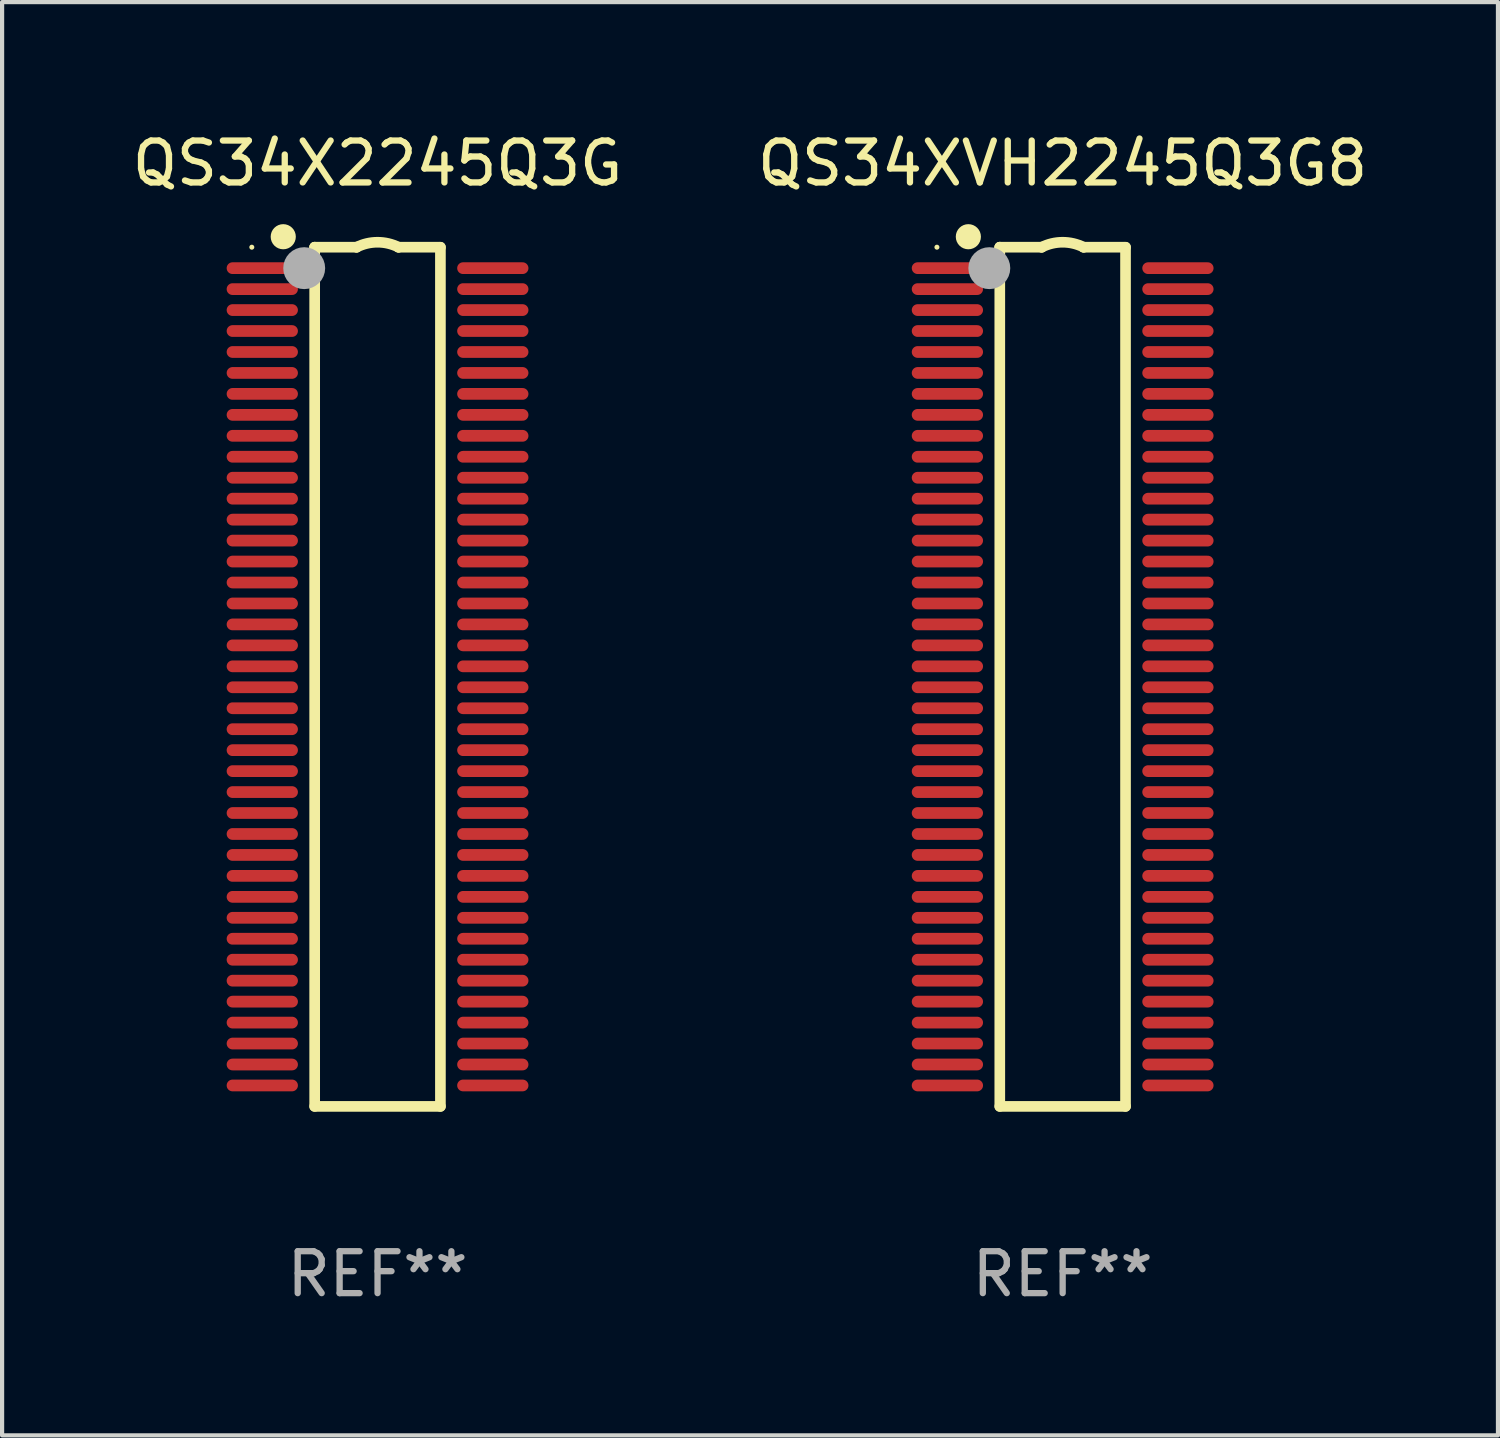
<source format=kicad_pcb>
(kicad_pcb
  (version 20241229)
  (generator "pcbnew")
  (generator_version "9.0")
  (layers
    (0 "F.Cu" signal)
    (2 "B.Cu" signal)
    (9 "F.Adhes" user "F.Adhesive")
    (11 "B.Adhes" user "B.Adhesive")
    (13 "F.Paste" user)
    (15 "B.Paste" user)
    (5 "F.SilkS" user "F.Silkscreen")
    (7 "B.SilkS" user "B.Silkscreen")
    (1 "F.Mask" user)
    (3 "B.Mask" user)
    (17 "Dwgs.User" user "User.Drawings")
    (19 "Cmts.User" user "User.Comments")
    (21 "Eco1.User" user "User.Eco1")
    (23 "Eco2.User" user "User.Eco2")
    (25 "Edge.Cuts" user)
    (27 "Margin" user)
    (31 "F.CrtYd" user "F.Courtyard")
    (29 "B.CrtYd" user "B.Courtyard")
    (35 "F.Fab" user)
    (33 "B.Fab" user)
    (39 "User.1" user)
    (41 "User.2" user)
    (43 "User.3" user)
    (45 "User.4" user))
  (footprint "QS34XVH2245Q3G8"
    (layer "F.Cu")
    (at 22.304 13.098)
    (property "Reference" "QS34XVH2245Q3G8" (at 0 -12.25 0) (layer "F.SilkS") (effects (font (size 1 1) (thickness 0.15))))
    (attr through_hole)
    (fp_line (start -1.5 -10.25) (end -1.5 -10.25) (stroke (width 0.254) (type solid)) (layer "F.SilkS"))
    (fp_line (start -1.5 -10.25) (end -0.5 -10.25) (stroke (width 0.254) (type solid)) (layer "F.SilkS"))
    (fp_line (start -1.5 10.25) (end -1.5 -10.25) (stroke (width 0.254) (type solid)) (layer "F.SilkS"))
    (fp_line (start -0.5 -10.25) (end -0.5 -10.25) (stroke (width 0.254) (type solid)) (layer "F.SilkS"))
    (fp_line (start 0.5 -10.25) (end 0.5 -10.25) (stroke (width 0.254) (type solid)) (layer "F.SilkS"))
    (fp_line (start 0.5 -10.25) (end 1.5 -10.25) (stroke (width 0.254) (type solid)) (layer "F.SilkS"))
    (fp_line (start 1.5 -10.25) (end 1.5 10.25) (stroke (width 0.254) (type solid)) (layer "F.SilkS"))
    (fp_line (start 1.5 10.25) (end -1.5 10.25) (stroke (width 0.254) (type solid)) (layer "F.SilkS"))
    (fp_arc (start -0.500381 -10.249962) (mid 0 -10.368126) (end 0.500381 -10.249962) (stroke (width 0.254001) (type solid)) (layer "F.SilkS"))
    (fp_circle (center -3 -10.25) (end -2.97 -10.25) (stroke (width 0.06) (type solid)) (fill no) (layer "F.SilkS"))
    (fp_circle (center -2.25 -10.5) (end -2.1 -10.5) (stroke (width 0.3) (type solid)) (fill no) (layer "F.SilkS"))
    (fp_circle (center -1.75 -9.75) (end -1.5 -9.75) (stroke (width 0.5) (type solid)) (fill no) (layer "F.Fab"))
    (fp_text user "REF**" (at 0 14.25 0) (layer "F.Fab") (effects (font (size 1 1) (thickness 0.15))))
    (pad "1" smd oval (at -2.75 -9.75 180) (size 1.7 0.28) (layers "F.Cu" "F.Mask" "F.Paste"))
    (pad "2" smd oval (at -2.75 -9.25 180) (size 1.7 0.28) (layers "F.Cu" "F.Mask" "F.Paste"))
    (pad "3" smd oval (at -2.75 -8.75 180) (size 1.7 0.28) (layers "F.Cu" "F.Mask" "F.Paste"))
    (pad "4" smd oval (at -2.75 -8.25 180) (size 1.7 0.28) (layers "F.Cu" "F.Mask" "F.Paste"))
    (pad "5" smd oval (at -2.75 -7.75 180) (size 1.7 0.28) (layers "F.Cu" "F.Mask" "F.Paste"))
    (pad "6" smd oval (at -2.75 -7.25 180) (size 1.7 0.28) (layers "F.Cu" "F.Mask" "F.Paste"))
    (pad "7" smd oval (at -2.75 -6.75 180) (size 1.7 0.28) (layers "F.Cu" "F.Mask" "F.Paste"))
    (pad "8" smd oval (at -2.75 -6.25 180) (size 1.7 0.28) (layers "F.Cu" "F.Mask" "F.Paste"))
    (pad "9" smd oval (at -2.75 -5.75 180) (size 1.7 0.28) (layers "F.Cu" "F.Mask" "F.Paste"))
    (pad "10" smd oval (at -2.75 -5.25 180) (size 1.7 0.28) (layers "F.Cu" "F.Mask" "F.Paste"))
    (pad "11" smd oval (at -2.75 -4.75 180) (size 1.7 0.28) (layers "F.Cu" "F.Mask" "F.Paste"))
    (pad "12" smd oval (at -2.75 -4.25 180) (size 1.7 0.28) (layers "F.Cu" "F.Mask" "F.Paste"))
    (pad "13" smd oval (at -2.75 -3.75 180) (size 1.7 0.28) (layers "F.Cu" "F.Mask" "F.Paste"))
    (pad "14" smd oval (at -2.75 -3.25 180) (size 1.7 0.28) (layers "F.Cu" "F.Mask" "F.Paste"))
    (pad "15" smd oval (at -2.75 -2.75 180) (size 1.7 0.28) (layers "F.Cu" "F.Mask" "F.Paste"))
    (pad "16" smd oval (at -2.75 -2.25 180) (size 1.7 0.28) (layers "F.Cu" "F.Mask" "F.Paste"))
    (pad "17" smd oval (at -2.75 -1.75 180) (size 1.7 0.28) (layers "F.Cu" "F.Mask" "F.Paste"))
    (pad "18" smd oval (at -2.75 -1.25 180) (size 1.7 0.28) (layers "F.Cu" "F.Mask" "F.Paste"))
    (pad "19" smd oval (at -2.75 -0.75 180) (size 1.7 0.28) (layers "F.Cu" "F.Mask" "F.Paste"))
    (pad "20" smd oval (at -2.75 -0.25 180) (size 1.7 0.28) (layers "F.Cu" "F.Mask" "F.Paste"))
    (pad "21" smd oval (at -2.75 0.25) (size 1.7 0.28) (layers "F.Cu" "F.Mask" "F.Paste"))
    (pad "22" smd oval (at -2.75 0.75) (size 1.7 0.28) (layers "F.Cu" "F.Mask" "F.Paste"))
    (pad "23" smd oval (at -2.75 1.25) (size 1.7 0.28) (layers "F.Cu" "F.Mask" "F.Paste"))
    (pad "24" smd oval (at -2.75 1.75) (size 1.7 0.28) (layers "F.Cu" "F.Mask" "F.Paste"))
    (pad "25" smd oval (at -2.75 2.25) (size 1.7 0.28) (layers "F.Cu" "F.Mask" "F.Paste"))
    (pad "26" smd oval (at -2.75 2.75) (size 1.7 0.28) (layers "F.Cu" "F.Mask" "F.Paste"))
    (pad "27" smd oval (at -2.75 3.25) (size 1.7 0.28) (layers "F.Cu" "F.Mask" "F.Paste"))
    (pad "28" smd oval (at -2.75 3.75) (size 1.7 0.28) (layers "F.Cu" "F.Mask" "F.Paste"))
    (pad "29" smd oval (at -2.75 4.25) (size 1.7 0.28) (layers "F.Cu" "F.Mask" "F.Paste"))
    (pad "30" smd oval (at -2.75 4.75) (size 1.7 0.28) (layers "F.Cu" "F.Mask" "F.Paste"))
    (pad "31" smd oval (at -2.75 5.25) (size 1.7 0.28) (layers "F.Cu" "F.Mask" "F.Paste"))
    (pad "32" smd oval (at -2.75 5.75) (size 1.7 0.28) (layers "F.Cu" "F.Mask" "F.Paste"))
    (pad "33" smd oval (at -2.75 6.25) (size 1.7 0.28) (layers "F.Cu" "F.Mask" "F.Paste"))
    (pad "34" smd oval (at -2.75 6.75) (size 1.7 0.28) (layers "F.Cu" "F.Mask" "F.Paste"))
    (pad "35" smd oval (at -2.75 7.25) (size 1.7 0.28) (layers "F.Cu" "F.Mask" "F.Paste"))
    (pad "36" smd oval (at -2.75 7.75) (size 1.7 0.28) (layers "F.Cu" "F.Mask" "F.Paste"))
    (pad "37" smd oval (at -2.75 8.25) (size 1.7 0.28) (layers "F.Cu" "F.Mask" "F.Paste"))
    (pad "38" smd oval (at -2.75 8.75) (size 1.7 0.28) (layers "F.Cu" "F.Mask" "F.Paste"))
    (pad "39" smd oval (at -2.75 9.25) (size 1.7 0.28) (layers "F.Cu" "F.Mask" "F.Paste"))
    (pad "40" smd oval (at -2.75 9.75) (size 1.7 0.28) (layers "F.Cu" "F.Mask" "F.Paste"))
    (pad "41" smd oval (at 2.75 9.75) (size 1.7 0.28) (layers "F.Cu" "F.Mask" "F.Paste"))
    (pad "42" smd oval (at 2.75 9.25) (size 1.7 0.28) (layers "F.Cu" "F.Mask" "F.Paste"))
    (pad "43" smd oval (at 2.75 8.75) (size 1.7 0.28) (layers "F.Cu" "F.Mask" "F.Paste"))
    (pad "44" smd oval (at 2.75 8.25) (size 1.7 0.28) (layers "F.Cu" "F.Mask" "F.Paste"))
    (pad "45" smd oval (at 2.75 7.75) (size 1.7 0.28) (layers "F.Cu" "F.Mask" "F.Paste"))
    (pad "46" smd oval (at 2.75 7.25) (size 1.7 0.28) (layers "F.Cu" "F.Mask" "F.Paste"))
    (pad "47" smd oval (at 2.75 6.75) (size 1.7 0.28) (layers "F.Cu" "F.Mask" "F.Paste"))
    (pad "48" smd oval (at 2.75 6.25) (size 1.7 0.28) (layers "F.Cu" "F.Mask" "F.Paste"))
    (pad "49" smd oval (at 2.75 5.75) (size 1.7 0.28) (layers "F.Cu" "F.Mask" "F.Paste"))
    (pad "50" smd oval (at 2.75 5.25) (size 1.7 0.28) (layers "F.Cu" "F.Mask" "F.Paste"))
    (pad "51" smd oval (at 2.75 4.75) (size 1.7 0.28) (layers "F.Cu" "F.Mask" "F.Paste"))
    (pad "52" smd oval (at 2.75 4.25) (size 1.7 0.28) (layers "F.Cu" "F.Mask" "F.Paste"))
    (pad "53" smd oval (at 2.75 3.75) (size 1.7 0.28) (layers "F.Cu" "F.Mask" "F.Paste"))
    (pad "54" smd oval (at 2.75 3.25) (size 1.7 0.28) (layers "F.Cu" "F.Mask" "F.Paste"))
    (pad "55" smd oval (at 2.75 2.75) (size 1.7 0.28) (layers "F.Cu" "F.Mask" "F.Paste"))
    (pad "56" smd oval (at 2.75 2.25) (size 1.7 0.28) (layers "F.Cu" "F.Mask" "F.Paste"))
    (pad "57" smd oval (at 2.75 1.75) (size 1.7 0.28) (layers "F.Cu" "F.Mask" "F.Paste"))
    (pad "58" smd oval (at 2.75 1.25) (size 1.7 0.28) (layers "F.Cu" "F.Mask" "F.Paste"))
    (pad "59" smd oval (at 2.75 0.75) (size 1.7 0.28) (layers "F.Cu" "F.Mask" "F.Paste"))
    (pad "60" smd oval (at 2.75 0.25) (size 1.7 0.28) (layers "F.Cu" "F.Mask" "F.Paste"))
    (pad "61" smd oval (at 2.75 -0.25) (size 1.7 0.28) (layers "F.Cu" "F.Mask" "F.Paste"))
    (pad "62" smd oval (at 2.75 -0.75) (size 1.7 0.28) (layers "F.Cu" "F.Mask" "F.Paste"))
    (pad "63" smd oval (at 2.75 -1.25) (size 1.7 0.28) (layers "F.Cu" "F.Mask" "F.Paste"))
    (pad "64" smd oval (at 2.75 -1.75) (size 1.7 0.28) (layers "F.Cu" "F.Mask" "F.Paste"))
    (pad "65" smd oval (at 2.75 -2.25) (size 1.7 0.28) (layers "F.Cu" "F.Mask" "F.Paste"))
    (pad "66" smd oval (at 2.75 -2.75) (size 1.7 0.28) (layers "F.Cu" "F.Mask" "F.Paste"))
    (pad "67" smd oval (at 2.75 -3.25) (size 1.7 0.28) (layers "F.Cu" "F.Mask" "F.Paste"))
    (pad "68" smd oval (at 2.75 -3.75) (size 1.7 0.28) (layers "F.Cu" "F.Mask" "F.Paste"))
    (pad "69" smd oval (at 2.75 -4.25) (size 1.7 0.28) (layers "F.Cu" "F.Mask" "F.Paste"))
    (pad "70" smd oval (at 2.75 -4.75) (size 1.7 0.28) (layers "F.Cu" "F.Mask" "F.Paste"))
    (pad "71" smd oval (at 2.75 -5.25) (size 1.7 0.28) (layers "F.Cu" "F.Mask" "F.Paste"))
    (pad "72" smd oval (at 2.75 -5.75) (size 1.7 0.28) (layers "F.Cu" "F.Mask" "F.Paste"))
    (pad "73" smd oval (at 2.75 -6.25) (size 1.7 0.28) (layers "F.Cu" "F.Mask" "F.Paste"))
    (pad "74" smd oval (at 2.75 -6.75) (size 1.7 0.28) (layers "F.Cu" "F.Mask" "F.Paste"))
    (pad "75" smd oval (at 2.75 -7.25) (size 1.7 0.28) (layers "F.Cu" "F.Mask" "F.Paste"))
    (pad "76" smd oval (at 2.75 -7.75) (size 1.7 0.28) (layers "F.Cu" "F.Mask" "F.Paste"))
    (pad "77" smd oval (at 2.75 -8.25) (size 1.7 0.28) (layers "F.Cu" "F.Mask" "F.Paste"))
    (pad "78" smd oval (at 2.75 -8.75) (size 1.7 0.28) (layers "F.Cu" "F.Mask" "F.Paste"))
    (pad "79" smd oval (at 2.75 -9.25) (size 1.7 0.28) (layers "F.Cu" "F.Mask" "F.Paste"))
    (pad "80" smd oval (at 2.75 -9.75) (size 1.7 0.28) (layers "F.Cu" "F.Mask" "F.Paste")))
  (footprint "QS34X2245Q3G"
    (layer "F.Cu")
    (at 5.958 13.098)
    (property "Reference" "QS34X2245Q3G" (at 0 -12.25 0) (layer "F.SilkS") (effects (font (size 1 1) (thickness 0.15))))
    (attr through_hole)
    (fp_line (start -1.5 -10.25) (end -1.5 -10.25) (stroke (width 0.254) (type solid)) (layer "F.SilkS"))
    (fp_line (start -1.5 -10.25) (end -0.5 -10.25) (stroke (width 0.254) (type solid)) (layer "F.SilkS"))
    (fp_line (start -1.5 10.25) (end -1.5 -10.25) (stroke (width 0.254) (type solid)) (layer "F.SilkS"))
    (fp_line (start -0.5 -10.25) (end -0.5 -10.25) (stroke (width 0.254) (type solid)) (layer "F.SilkS"))
    (fp_line (start 0.5 -10.25) (end 0.5 -10.25) (stroke (width 0.254) (type solid)) (layer "F.SilkS"))
    (fp_line (start 0.5 -10.25) (end 1.5 -10.25) (stroke (width 0.254) (type solid)) (layer "F.SilkS"))
    (fp_line (start 1.5 -10.25) (end 1.5 10.25) (stroke (width 0.254) (type solid)) (layer "F.SilkS"))
    (fp_line (start 1.5 10.25) (end -1.5 10.25) (stroke (width 0.254) (type solid)) (layer "F.SilkS"))
    (fp_arc (start -0.500381 -10.249962) (mid 0 -10.368126) (end 0.500381 -10.249962) (stroke (width 0.254001) (type solid)) (layer "F.SilkS"))
    (fp_circle (center -3 -10.25) (end -2.97 -10.25) (stroke (width 0.06) (type solid)) (fill no) (layer "F.SilkS"))
    (fp_circle (center -2.25 -10.5) (end -2.1 -10.5) (stroke (width 0.3) (type solid)) (fill no) (layer "F.SilkS"))
    (fp_circle (center -1.75 -9.75) (end -1.5 -9.75) (stroke (width 0.5) (type solid)) (fill no) (layer "F.Fab"))
    (fp_text user "REF**" (at 0 14.25 0) (layer "F.Fab") (effects (font (size 1 1) (thickness 0.15))))
    (pad "1" smd oval (at -2.75 -9.75 180) (size 1.7 0.28) (layers "F.Cu" "F.Mask" "F.Paste"))
    (pad "2" smd oval (at -2.75 -9.25 180) (size 1.7 0.28) (layers "F.Cu" "F.Mask" "F.Paste"))
    (pad "3" smd oval (at -2.75 -8.75 180) (size 1.7 0.28) (layers "F.Cu" "F.Mask" "F.Paste"))
    (pad "4" smd oval (at -2.75 -8.25 180) (size 1.7 0.28) (layers "F.Cu" "F.Mask" "F.Paste"))
    (pad "5" smd oval (at -2.75 -7.75 180) (size 1.7 0.28) (layers "F.Cu" "F.Mask" "F.Paste"))
    (pad "6" smd oval (at -2.75 -7.25 180) (size 1.7 0.28) (layers "F.Cu" "F.Mask" "F.Paste"))
    (pad "7" smd oval (at -2.75 -6.75 180) (size 1.7 0.28) (layers "F.Cu" "F.Mask" "F.Paste"))
    (pad "8" smd oval (at -2.75 -6.25 180) (size 1.7 0.28) (layers "F.Cu" "F.Mask" "F.Paste"))
    (pad "9" smd oval (at -2.75 -5.75 180) (size 1.7 0.28) (layers "F.Cu" "F.Mask" "F.Paste"))
    (pad "10" smd oval (at -2.75 -5.25 180) (size 1.7 0.28) (layers "F.Cu" "F.Mask" "F.Paste"))
    (pad "11" smd oval (at -2.75 -4.75 180) (size 1.7 0.28) (layers "F.Cu" "F.Mask" "F.Paste"))
    (pad "12" smd oval (at -2.75 -4.25 180) (size 1.7 0.28) (layers "F.Cu" "F.Mask" "F.Paste"))
    (pad "13" smd oval (at -2.75 -3.75 180) (size 1.7 0.28) (layers "F.Cu" "F.Mask" "F.Paste"))
    (pad "14" smd oval (at -2.75 -3.25 180) (size 1.7 0.28) (layers "F.Cu" "F.Mask" "F.Paste"))
    (pad "15" smd oval (at -2.75 -2.75 180) (size 1.7 0.28) (layers "F.Cu" "F.Mask" "F.Paste"))
    (pad "16" smd oval (at -2.75 -2.25 180) (size 1.7 0.28) (layers "F.Cu" "F.Mask" "F.Paste"))
    (pad "17" smd oval (at -2.75 -1.75 180) (size 1.7 0.28) (layers "F.Cu" "F.Mask" "F.Paste"))
    (pad "18" smd oval (at -2.75 -1.25 180) (size 1.7 0.28) (layers "F.Cu" "F.Mask" "F.Paste"))
    (pad "19" smd oval (at -2.75 -0.75 180) (size 1.7 0.28) (layers "F.Cu" "F.Mask" "F.Paste"))
    (pad "20" smd oval (at -2.75 -0.25 180) (size 1.7 0.28) (layers "F.Cu" "F.Mask" "F.Paste"))
    (pad "21" smd oval (at -2.75 0.25) (size 1.7 0.28) (layers "F.Cu" "F.Mask" "F.Paste"))
    (pad "22" smd oval (at -2.75 0.75) (size 1.7 0.28) (layers "F.Cu" "F.Mask" "F.Paste"))
    (pad "23" smd oval (at -2.75 1.25) (size 1.7 0.28) (layers "F.Cu" "F.Mask" "F.Paste"))
    (pad "24" smd oval (at -2.75 1.75) (size 1.7 0.28) (layers "F.Cu" "F.Mask" "F.Paste"))
    (pad "25" smd oval (at -2.75 2.25) (size 1.7 0.28) (layers "F.Cu" "F.Mask" "F.Paste"))
    (pad "26" smd oval (at -2.75 2.75) (size 1.7 0.28) (layers "F.Cu" "F.Mask" "F.Paste"))
    (pad "27" smd oval (at -2.75 3.25) (size 1.7 0.28) (layers "F.Cu" "F.Mask" "F.Paste"))
    (pad "28" smd oval (at -2.75 3.75) (size 1.7 0.28) (layers "F.Cu" "F.Mask" "F.Paste"))
    (pad "29" smd oval (at -2.75 4.25) (size 1.7 0.28) (layers "F.Cu" "F.Mask" "F.Paste"))
    (pad "30" smd oval (at -2.75 4.75) (size 1.7 0.28) (layers "F.Cu" "F.Mask" "F.Paste"))
    (pad "31" smd oval (at -2.75 5.25) (size 1.7 0.28) (layers "F.Cu" "F.Mask" "F.Paste"))
    (pad "32" smd oval (at -2.75 5.75) (size 1.7 0.28) (layers "F.Cu" "F.Mask" "F.Paste"))
    (pad "33" smd oval (at -2.75 6.25) (size 1.7 0.28) (layers "F.Cu" "F.Mask" "F.Paste"))
    (pad "34" smd oval (at -2.75 6.75) (size 1.7 0.28) (layers "F.Cu" "F.Mask" "F.Paste"))
    (pad "35" smd oval (at -2.75 7.25) (size 1.7 0.28) (layers "F.Cu" "F.Mask" "F.Paste"))
    (pad "36" smd oval (at -2.75 7.75) (size 1.7 0.28) (layers "F.Cu" "F.Mask" "F.Paste"))
    (pad "37" smd oval (at -2.75 8.25) (size 1.7 0.28) (layers "F.Cu" "F.Mask" "F.Paste"))
    (pad "38" smd oval (at -2.75 8.75) (size 1.7 0.28) (layers "F.Cu" "F.Mask" "F.Paste"))
    (pad "39" smd oval (at -2.75 9.25) (size 1.7 0.28) (layers "F.Cu" "F.Mask" "F.Paste"))
    (pad "40" smd oval (at -2.75 9.75) (size 1.7 0.28) (layers "F.Cu" "F.Mask" "F.Paste"))
    (pad "41" smd oval (at 2.75 9.75) (size 1.7 0.28) (layers "F.Cu" "F.Mask" "F.Paste"))
    (pad "42" smd oval (at 2.75 9.25) (size 1.7 0.28) (layers "F.Cu" "F.Mask" "F.Paste"))
    (pad "43" smd oval (at 2.75 8.75) (size 1.7 0.28) (layers "F.Cu" "F.Mask" "F.Paste"))
    (pad "44" smd oval (at 2.75 8.25) (size 1.7 0.28) (layers "F.Cu" "F.Mask" "F.Paste"))
    (pad "45" smd oval (at 2.75 7.75) (size 1.7 0.28) (layers "F.Cu" "F.Mask" "F.Paste"))
    (pad "46" smd oval (at 2.75 7.25) (size 1.7 0.28) (layers "F.Cu" "F.Mask" "F.Paste"))
    (pad "47" smd oval (at 2.75 6.75) (size 1.7 0.28) (layers "F.Cu" "F.Mask" "F.Paste"))
    (pad "48" smd oval (at 2.75 6.25) (size 1.7 0.28) (layers "F.Cu" "F.Mask" "F.Paste"))
    (pad "49" smd oval (at 2.75 5.75) (size 1.7 0.28) (layers "F.Cu" "F.Mask" "F.Paste"))
    (pad "50" smd oval (at 2.75 5.25) (size 1.7 0.28) (layers "F.Cu" "F.Mask" "F.Paste"))
    (pad "51" smd oval (at 2.75 4.75) (size 1.7 0.28) (layers "F.Cu" "F.Mask" "F.Paste"))
    (pad "52" smd oval (at 2.75 4.25) (size 1.7 0.28) (layers "F.Cu" "F.Mask" "F.Paste"))
    (pad "53" smd oval (at 2.75 3.75) (size 1.7 0.28) (layers "F.Cu" "F.Mask" "F.Paste"))
    (pad "54" smd oval (at 2.75 3.25) (size 1.7 0.28) (layers "F.Cu" "F.Mask" "F.Paste"))
    (pad "55" smd oval (at 2.75 2.75) (size 1.7 0.28) (layers "F.Cu" "F.Mask" "F.Paste"))
    (pad "56" smd oval (at 2.75 2.25) (size 1.7 0.28) (layers "F.Cu" "F.Mask" "F.Paste"))
    (pad "57" smd oval (at 2.75 1.75) (size 1.7 0.28) (layers "F.Cu" "F.Mask" "F.Paste"))
    (pad "58" smd oval (at 2.75 1.25) (size 1.7 0.28) (layers "F.Cu" "F.Mask" "F.Paste"))
    (pad "59" smd oval (at 2.75 0.75) (size 1.7 0.28) (layers "F.Cu" "F.Mask" "F.Paste"))
    (pad "60" smd oval (at 2.75 0.25) (size 1.7 0.28) (layers "F.Cu" "F.Mask" "F.Paste"))
    (pad "61" smd oval (at 2.75 -0.25) (size 1.7 0.28) (layers "F.Cu" "F.Mask" "F.Paste"))
    (pad "62" smd oval (at 2.75 -0.75) (size 1.7 0.28) (layers "F.Cu" "F.Mask" "F.Paste"))
    (pad "63" smd oval (at 2.75 -1.25) (size 1.7 0.28) (layers "F.Cu" "F.Mask" "F.Paste"))
    (pad "64" smd oval (at 2.75 -1.75) (size 1.7 0.28) (layers "F.Cu" "F.Mask" "F.Paste"))
    (pad "65" smd oval (at 2.75 -2.25) (size 1.7 0.28) (layers "F.Cu" "F.Mask" "F.Paste"))
    (pad "66" smd oval (at 2.75 -2.75) (size 1.7 0.28) (layers "F.Cu" "F.Mask" "F.Paste"))
    (pad "67" smd oval (at 2.75 -3.25) (size 1.7 0.28) (layers "F.Cu" "F.Mask" "F.Paste"))
    (pad "68" smd oval (at 2.75 -3.75) (size 1.7 0.28) (layers "F.Cu" "F.Mask" "F.Paste"))
    (pad "69" smd oval (at 2.75 -4.25) (size 1.7 0.28) (layers "F.Cu" "F.Mask" "F.Paste"))
    (pad "70" smd oval (at 2.75 -4.75) (size 1.7 0.28) (layers "F.Cu" "F.Mask" "F.Paste"))
    (pad "71" smd oval (at 2.75 -5.25) (size 1.7 0.28) (layers "F.Cu" "F.Mask" "F.Paste"))
    (pad "72" smd oval (at 2.75 -5.75) (size 1.7 0.28) (layers "F.Cu" "F.Mask" "F.Paste"))
    (pad "73" smd oval (at 2.75 -6.25) (size 1.7 0.28) (layers "F.Cu" "F.Mask" "F.Paste"))
    (pad "74" smd oval (at 2.75 -6.75) (size 1.7 0.28) (layers "F.Cu" "F.Mask" "F.Paste"))
    (pad "75" smd oval (at 2.75 -7.25) (size 1.7 0.28) (layers "F.Cu" "F.Mask" "F.Paste"))
    (pad "76" smd oval (at 2.75 -7.75) (size 1.7 0.28) (layers "F.Cu" "F.Mask" "F.Paste"))
    (pad "77" smd oval (at 2.75 -8.25) (size 1.7 0.28) (layers "F.Cu" "F.Mask" "F.Paste"))
    (pad "78" smd oval (at 2.75 -8.75) (size 1.7 0.28) (layers "F.Cu" "F.Mask" "F.Paste"))
    (pad "79" smd oval (at 2.75 -9.25) (size 1.7 0.28) (layers "F.Cu" "F.Mask" "F.Paste"))
    (pad "80" smd oval (at 2.75 -9.75) (size 1.7 0.28) (layers "F.Cu" "F.Mask" "F.Paste")))
  (gr_rect
    (start -3 -3)
    (end 32.69 31.196)
    (stroke (width 0.1) (type default))
    (fill no)
    (layer "Edge.Cuts")))
</source>
